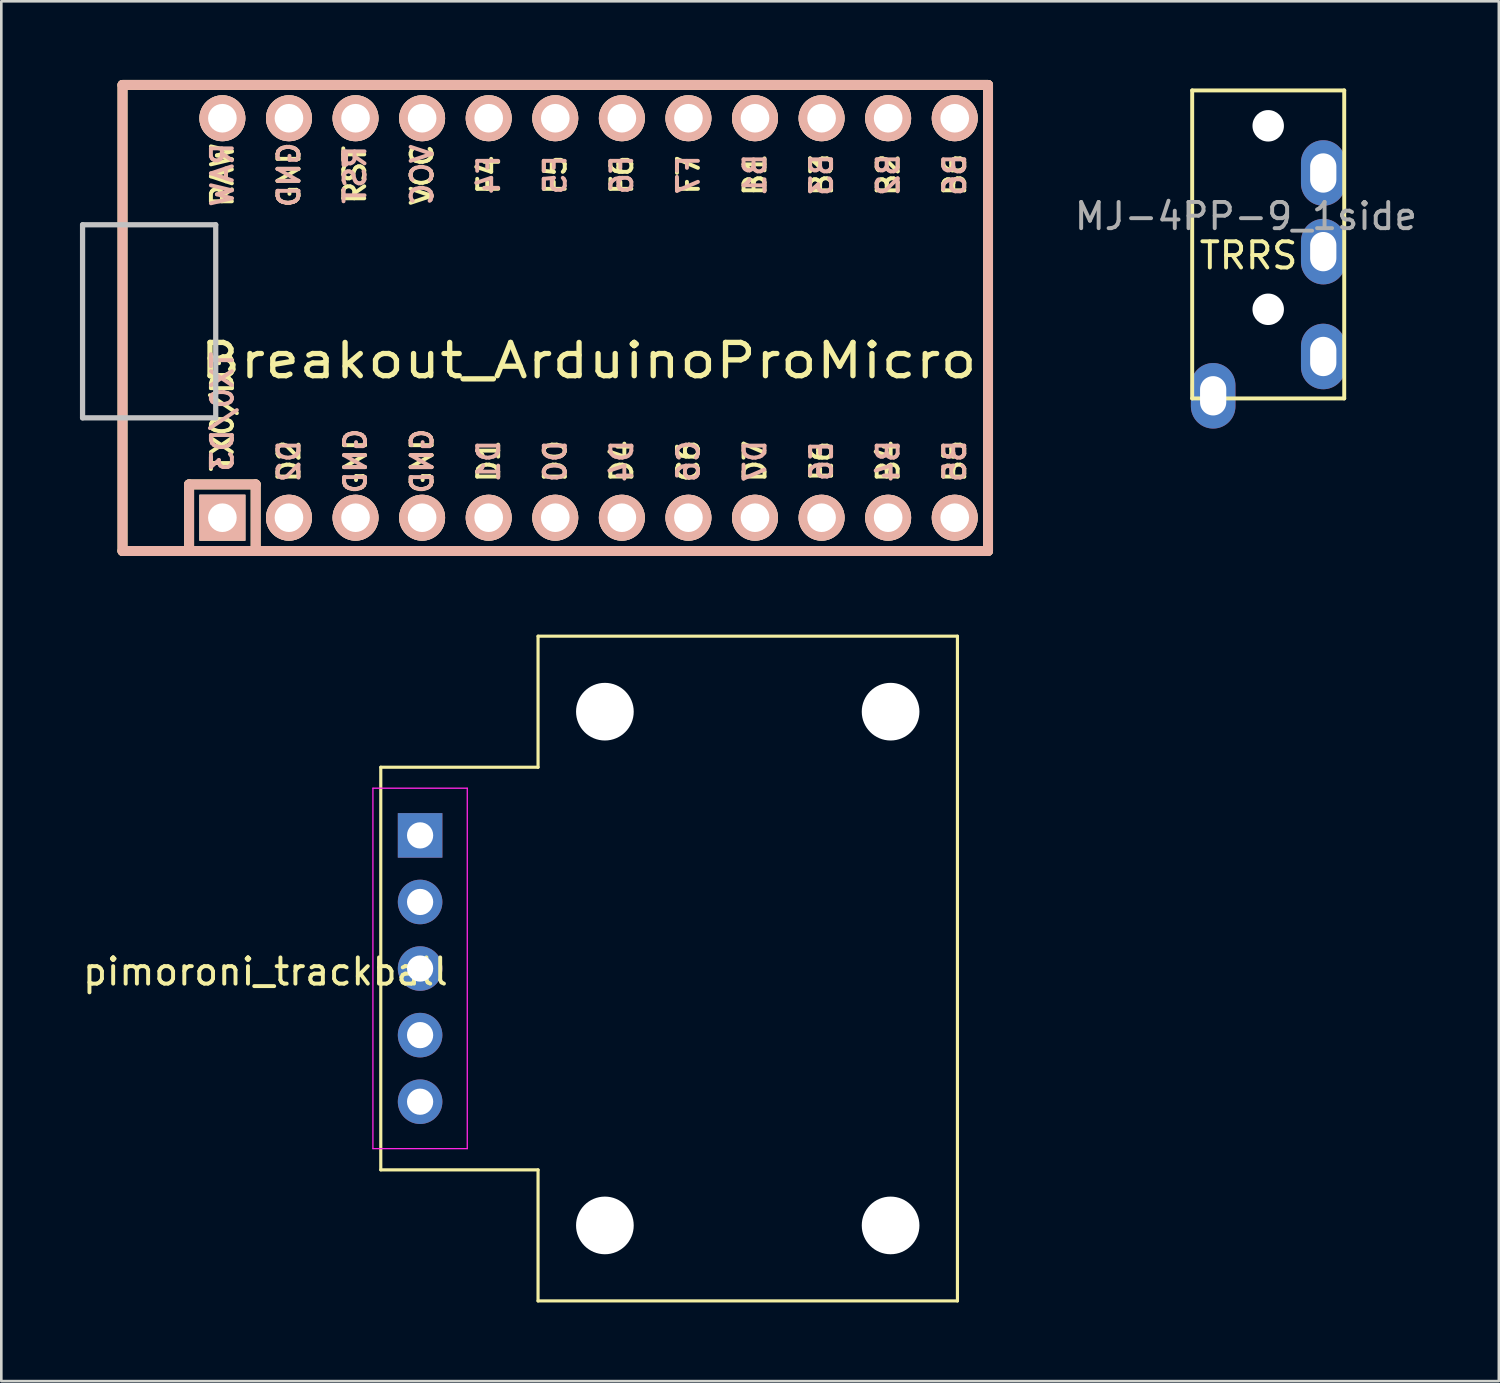
<source format=kicad_pcb>
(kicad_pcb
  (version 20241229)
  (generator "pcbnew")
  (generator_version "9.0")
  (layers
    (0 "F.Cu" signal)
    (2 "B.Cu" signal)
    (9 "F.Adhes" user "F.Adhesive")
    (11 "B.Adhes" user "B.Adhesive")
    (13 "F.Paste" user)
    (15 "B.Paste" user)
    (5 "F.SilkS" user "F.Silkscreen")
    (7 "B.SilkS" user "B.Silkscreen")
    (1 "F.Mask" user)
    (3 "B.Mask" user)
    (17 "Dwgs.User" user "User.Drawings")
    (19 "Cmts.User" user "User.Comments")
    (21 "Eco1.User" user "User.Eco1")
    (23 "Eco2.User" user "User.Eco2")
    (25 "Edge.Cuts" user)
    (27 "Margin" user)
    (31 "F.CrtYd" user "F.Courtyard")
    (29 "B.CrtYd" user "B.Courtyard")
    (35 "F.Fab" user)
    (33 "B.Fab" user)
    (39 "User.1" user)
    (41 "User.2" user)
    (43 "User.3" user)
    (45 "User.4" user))
  (footprint "pimoroni_trackball"
    (layer "F.Cu")
    (at 25.477 33.901)
    (property "Reference" "pimoroni_trackball" (at -18.4 0.12 0) (layer "F.SilkS") (effects (font (size 1 1) (thickness 0.15))))
    (attr through_hole)
    (fp_line (start -14 -7.68) (end -14 7.68) (stroke (width 0.12) (type solid)) (layer "F.SilkS"))
    (fp_line (start -14 -7.68) (end -8 -7.68) (stroke (width 0.12) (type solid)) (layer "F.SilkS"))
    (fp_line (start -14 7.68) (end -8 7.68) (stroke (width 0.12) (type solid)) (layer "F.SilkS"))
    (fp_line (start -8 -12.68) (end 8 -12.68) (stroke (width 0.12) (type solid)) (layer "F.SilkS"))
    (fp_line (start -8 -7.68) (end -8 -12.68) (stroke (width 0.12) (type solid)) (layer "F.SilkS"))
    (fp_line (start -8 7.68) (end -8 12.68) (stroke (width 0.12) (type solid)) (layer "F.SilkS"))
    (fp_line (start 8 12.68) (end -8 12.68) (stroke (width 0.12) (type solid)) (layer "F.SilkS"))
    (fp_line (start 8 12.68) (end 8 -12.68) (stroke (width 0.12) (type solid)) (layer "F.SilkS"))
    (fp_line (start -14.3 -6.88) (end -14.3 6.87) (stroke (width 0.05) (type solid)) (layer "F.CrtYd"))
    (fp_line (start -14.3 6.87) (end -10.7 6.87) (stroke (width 0.05) (type solid)) (layer "F.CrtYd"))
    (fp_line (start -10.7 -6.88) (end -14.3 -6.88) (stroke (width 0.05) (type solid)) (layer "F.CrtYd"))
    (fp_line (start -10.7 6.87) (end -10.7 -6.88) (stroke (width 0.05) (type solid)) (layer "F.CrtYd"))
    (pad "" np_thru_hole circle (at -5.45 -9.8 180) (size 2.2 2.2) (drill 2.2) (layers "*.Cu" "*.Mask"))
    (pad "" np_thru_hole circle (at -5.45 9.8) (size 2.2 2.2) (drill 2.2) (layers "*.Cu" "*.Mask"))
    (pad "" np_thru_hole circle (at 5.45 -9.8 180) (size 2.2 2.2) (drill 2.2) (layers "*.Cu" "*.Mask"))
    (pad "" np_thru_hole circle (at 5.45 9.8) (size 2.2 2.2) (drill 2.2) (layers "*.Cu" "*.Mask"))
    (pad "1" thru_hole rect (at -12.5 -5.08) (size 1.7 1.7) (drill 1) (layers "*.Cu" "*.Mask"))
    (pad "2" thru_hole oval (at -12.5 -2.54) (size 1.7 1.7) (drill 1) (layers "*.Cu" "*.Mask"))
    (pad "3" thru_hole oval (at -12.5 0) (size 1.7 1.7) (drill 1) (layers "*.Cu" "*.Mask"))
    (pad "4" thru_hole oval (at -12.5 2.54) (size 1.7 1.7) (drill 1) (layers "*.Cu" "*.Mask"))
    (pad "5" thru_hole oval (at -12.5 5.08) (size 1.7 1.7) (drill 1) (layers "*.Cu" "*.Mask")))
  (footprint "MJ-4PP-9_1side"
    (layer "F.Cu")
    (at 45.333 0.25)
    (property "Reference" "MJ-4PP-9_1side" (at -0.85 4.95 0) (layer "F.Fab") (effects (font (size 1 1) (thickness 0.15))))
    (attr through_hole)
    (fp_line (start -2.9 0.15) (end 2.9 0.15) (stroke (width 0.15) (type solid)) (layer "F.SilkS"))
    (fp_line (start -2.9 11.9) (end -2.9 0.15) (stroke (width 0.15) (type solid)) (layer "F.SilkS"))
    (fp_line (start 2.9 0.15) (end 2.9 11.9) (stroke (width 0.15) (type solid)) (layer "F.SilkS"))
    (fp_line (start 2.9 11.9) (end -2.9 11.9) (stroke (width 0.15) (type solid)) (layer "F.SilkS"))
    (fp_text user "TRRS" (at -0.75 6.45 0) (layer "F.SilkS") (effects (font (size 1 1) (thickness 0.15))))
    (pad "" np_thru_hole circle (at 0 1.5) (size 1.2 1.2) (drill 1.2) (layers "*.Cu" "*.Mask"))
    (pad "" np_thru_hole circle (at 0 8.5) (size 1.2 1.2) (drill 1.2) (layers "*.Cu" "*.Mask"))
    (pad "A" thru_hole oval (at -2.1 11.8) (size 1.7 2.5) (drill oval 1 1.5) (layers "*.Cu" "B.Mask"))
    (pad "B" thru_hole oval (at 2.1 3.3) (size 1.7 2.5) (drill oval 1 1.5) (layers "*.Cu" "B.Mask"))
    (pad "C" thru_hole oval (at 2.1 6.3) (size 1.7 2.5) (drill oval 1 1.5) (layers "*.Cu" "B.Mask"))
    (pad "D" thru_hole oval (at 2.1 10.3) (size 1.7 2.5) (drill oval 1 1.5) (layers "*.Cu" "B.Mask")))
  (footprint "Breakout_ArduinoProMicro"
    (layer "F.Cu")
    (at 19.404 9.081)
    (property "Reference" "Breakout_ArduinoProMicro" (at 0 1.625 0) (layer "F.SilkS") (effects (font (size 1.27 1.524) (thickness 0.203))))
    (attr through_hole)
    (fp_line (start -17.78 -8.89) (end -17.78 8.89) (stroke (width 0.381) (type solid)) (layer "F.SilkS"))
    (fp_line (start -17.78 8.89) (end -15.24 8.89) (stroke (width 0.381) (type solid)) (layer "F.SilkS"))
    (fp_line (start -15.24 -8.89) (end -17.78 -8.89) (stroke (width 0.381) (type solid)) (layer "F.SilkS"))
    (fp_line (start -15.24 6.35) (end -15.24 8.89) (stroke (width 0.381) (type solid)) (layer "F.SilkS"))
    (fp_line (start -15.24 6.35) (end -12.7 6.35) (stroke (width 0.381) (type solid)) (layer "F.SilkS"))
    (fp_line (start -15.24 8.89) (end 15.24 8.89) (stroke (width 0.381) (type solid)) (layer "F.SilkS"))
    (fp_line (start -12.7 6.35) (end -12.7 8.89) (stroke (width 0.381) (type solid)) (layer "F.SilkS"))
    (fp_line (start 15.24 -8.89) (end -15.24 -8.89) (stroke (width 0.381) (type solid)) (layer "F.SilkS"))
    (fp_line (start 15.24 8.89) (end 15.24 -8.89) (stroke (width 0.381) (type solid)) (layer "F.SilkS"))
    (fp_line (start -17.78 -8.89) (end -17.78 8.89) (stroke (width 0.381) (type solid)) (layer "B.SilkS"))
    (fp_line (start -17.78 8.89) (end 15.24 8.89) (stroke (width 0.381) (type solid)) (layer "B.SilkS"))
    (fp_line (start -15.24 6.35) (end -15.24 8.89) (stroke (width 0.381) (type solid)) (layer "B.SilkS"))
    (fp_line (start -15.24 6.35) (end -12.7 6.35) (stroke (width 0.381) (type solid)) (layer "B.SilkS"))
    (fp_line (start -12.7 6.35) (end -12.7 8.89) (stroke (width 0.381) (type solid)) (layer "B.SilkS"))
    (fp_line (start 15.24 -8.89) (end -17.78 -8.89) (stroke (width 0.381) (type solid)) (layer "B.SilkS"))
    (fp_line (start 15.24 8.89) (end 15.24 -8.89) (stroke (width 0.381) (type solid)) (layer "B.SilkS"))
    (fp_poly (pts (xy -9.351 -5.845) (xy -9.251 -5.845) (xy -9.251 -6.345) (xy -9.351 -6.345)) (stroke (width 0.15) (type solid)) (fill yes) (layer "B.SilkS"))
    (fp_line (start -19.304 -3.556) (end -14.224 -3.556) (stroke (width 0.2) (type solid)) (layer "Dwgs.User"))
    (fp_line (start -19.304 3.81) (end -19.304 -3.556) (stroke (width 0.2) (type solid)) (layer "Dwgs.User"))
    (fp_line (start -14.224 -3.556) (end -14.224 3.81) (stroke (width 0.2) (type solid)) (layer "Dwgs.User"))
    (fp_line (start -14.224 3.81) (end -19.304 3.81) (stroke (width 0.2) (type solid)) (layer "Dwgs.User"))
    (fp_text user "E6" (at 8.89 5.461 90) (layer "F.SilkS") (effects (font (size 0.8 0.8) (thickness 0.15))))
    (fp_text user "VCC" (at -6.35 -5.461 90) (layer "F.SilkS") (effects (font (size 0.8 0.8) (thickness 0.15))))
    (fp_text user "D0" (at -1.27 5.461 90) (layer "F.SilkS") (effects (font (size 0.8 0.8) (thickness 0.15))))
    (fp_text user "C6" (at 3.81 5.461 90) (layer "F.SilkS") (effects (font (size 0.8 0.8) (thickness 0.15))))
    (fp_text user "GND" (at -6.35 5.461 90) (layer "F.SilkS") (effects (font (size 0.8 0.8) (thickness 0.15))))
    (fp_text user "D2" (at -11.43 5.461 90) (layer "F.SilkS") (effects (font (size 0.8 0.8) (thickness 0.15))))
    (fp_text user "B3" (at 8.89 -5.461 90) (layer "F.SilkS") (effects (font (size 0.8 0.8) (thickness 0.15))))
    (fp_text user "GND" (at -8.89 5.461 90) (layer "F.SilkS") (effects (font (size 0.8 0.8) (thickness 0.15))))
    (fp_text user "B5" (at 13.97 5.461 90) (layer "F.SilkS") (effects (font (size 0.8 0.8) (thickness 0.15))))
    (fp_text user "D1" (at -3.81 5.461 90) (layer "F.SilkS") (effects (font (size 0.8 0.8) (thickness 0.15))))
    (fp_text user "TX0/D3" (at -13.97 3.572 90) (layer "F.SilkS") (effects (font (size 0.8 0.8) (thickness 0.15))))
    (fp_text user "F4" (at -3.81 -5.461 90) (layer "F.SilkS") (effects (font (size 0.8 0.8) (thickness 0.15))))
    (fp_text user "B4" (at 11.43 5.461 90) (layer "F.SilkS") (effects (font (size 0.8 0.8) (thickness 0.15))))
    (fp_text user "D7" (at 6.35 5.461 90) (layer "F.SilkS") (effects (font (size 0.8 0.8) (thickness 0.15))))
    (fp_text user "F5" (at -1.27 -5.461 90) (layer "F.SilkS") (effects (font (size 0.8 0.8) (thickness 0.15))))
    (fp_text user "GND" (at -11.43 -5.461 90) (layer "F.SilkS") (effects (font (size 0.8 0.8) (thickness 0.15))))
    (fp_text user "B2" (at 11.43 -5.461 90) (layer "F.SilkS") (effects (font (size 0.8 0.8) (thickness 0.15))))
    (fp_text user "B6" (at 13.97 -5.461 90) (layer "F.SilkS") (effects (font (size 0.8 0.8) (thickness 0.15))))
    (fp_text user "RST" (at -8.92 -5.461 90) (layer "F.SilkS") (effects (font (size 0.8 0.8) (thickness 0.15))))
    (fp_text user "F6" (at 1.27 -5.461 90) (layer "F.SilkS") (effects (font (size 0.8 0.8) (thickness 0.15))))
    (fp_text user "B1" (at 6.35 -5.461 90) (layer "F.SilkS") (effects (font (size 0.8 0.8) (thickness 0.15))))
    (fp_text user "RAW" (at -13.97 -5.461 90) (layer "F.SilkS") (effects (font (size 0.8 0.8) (thickness 0.15))))
    (fp_text user "D4" (at 1.27 5.461 90) (layer "F.SilkS") (effects (font (size 0.8 0.8) (thickness 0.15))))
    (fp_text user "F7" (at 3.81 -5.461 90) (layer "F.SilkS") (effects (font (size 0.8 0.8) (thickness 0.15))))
    (fp_text user "B2" (at 11.43 -5.461 90) (layer "B.SilkS") (effects (font (size 0.8 0.8) (thickness 0.15)) (justify mirror)))
    (fp_text user "GND" (at -8.89 5.461 90) (layer "B.SilkS") (effects (font (size 0.8 0.8) (thickness 0.15)) (justify mirror)))
    (fp_text user "RST" (at -8.91 -5.461 90) (layer "B.SilkS") (effects (font (size 0.8 0.8) (thickness 0.15)) (justify mirror)))
    (fp_text user "E6" (at 8.89 5.461 90) (layer "B.SilkS") (effects (font (size 0.8 0.8) (thickness 0.15)) (justify mirror)))
    (fp_text user "B6" (at 13.97 -5.461 90) (layer "B.SilkS") (effects (font (size 0.8 0.8) (thickness 0.15)) (justify mirror)))
    (fp_text user "F6" (at 1.27 -5.461 90) (layer "B.SilkS") (effects (font (size 0.8 0.8) (thickness 0.15)) (justify mirror)))
    (fp_text user "B3" (at 8.89 -5.461 90) (layer "B.SilkS") (effects (font (size 0.8 0.8) (thickness 0.15)) (justify mirror)))
    (fp_text user "VCC" (at -6.35 -5.461 90) (layer "B.SilkS") (effects (font (size 0.8 0.8) (thickness 0.15)) (justify mirror)))
    (fp_text user "D2" (at -11.43 5.461 90) (layer "B.SilkS") (effects (font (size 0.8 0.8) (thickness 0.15)) (justify mirror)))
    (fp_text user "B1" (at 6.35 -5.461 90) (layer "B.SilkS") (effects (font (size 0.8 0.8) (thickness 0.15)) (justify mirror)))
    (fp_text user "F5" (at -1.27 -5.461 90) (layer "B.SilkS") (effects (font (size 0.8 0.8) (thickness 0.15)) (justify mirror)))
    (fp_text user "D4" (at 1.27 5.461 90) (layer "B.SilkS") (effects (font (size 0.8 0.8) (thickness 0.15)) (justify mirror)))
    (fp_text user "C6" (at 3.81 5.461 90) (layer "B.SilkS") (effects (font (size 0.8 0.8) (thickness 0.15)) (justify mirror)))
    (fp_text user "TX0/D3" (at -13.97 3.572 90) (layer "B.SilkS") (effects (font (size 0.8 0.8) (thickness 0.15)) (justify mirror)))
    (fp_text user "B5" (at 13.97 5.461 90) (layer "B.SilkS") (effects (font (size 0.8 0.8) (thickness 0.15)) (justify mirror)))
    (fp_text user "RAW" (at -13.97 -5.461 90) (layer "B.SilkS") (effects (font (size 0.8 0.8) (thickness 0.15)) (justify mirror)))
    (fp_text user "D1" (at -3.81 5.461 90) (layer "B.SilkS") (effects (font (size 0.8 0.8) (thickness 0.15)) (justify mirror)))
    (fp_text user "F4" (at -3.81 -5.461 90) (layer "B.SilkS") (effects (font (size 0.8 0.8) (thickness 0.15)) (justify mirror)))
    (fp_text user "D0" (at -1.27 5.461 90) (layer "B.SilkS") (effects (font (size 0.8 0.8) (thickness 0.15)) (justify mirror)))
    (fp_text user "GND" (at -11.43 -5.461 90) (layer "B.SilkS") (effects (font (size 0.8 0.8) (thickness 0.15)) (justify mirror)))
    (fp_text user "F7" (at 3.81 -5.461 90) (layer "B.SilkS") (effects (font (size 0.8 0.8) (thickness 0.15)) (justify mirror)))
    (fp_text user "GND" (at -6.35 5.461 90) (layer "B.SilkS") (effects (font (size 0.8 0.8) (thickness 0.15)) (justify mirror)))
    (fp_text user "D7" (at 6.35 5.461 90) (layer "B.SilkS") (effects (font (size 0.8 0.8) (thickness 0.15)) (justify mirror)))
    (fp_text user "B4" (at 11.43 5.461 90) (layer "B.SilkS") (effects (font (size 0.8 0.8) (thickness 0.15)) (justify mirror)))
    (pad "1" thru_hole rect (at -13.97 7.62) (size 1.753 1.753) (drill 1.092) (layers "*.Cu" "*.SilkS" "*.Mask"))
    (pad "2" thru_hole circle (at -11.43 7.62) (size 1.753 1.753) (drill 1.092) (layers "*.Cu" "*.SilkS" "*.Mask"))
    (pad "3" thru_hole circle (at -8.89 7.62) (size 1.753 1.753) (drill 1.092) (layers "*.Cu" "*.SilkS" "*.Mask"))
    (pad "4" thru_hole circle (at -6.35 7.62) (size 1.753 1.753) (drill 1.092) (layers "*.Cu" "*.SilkS" "*.Mask"))
    (pad "5" thru_hole circle (at -3.81 7.62) (size 1.753 1.753) (drill 1.092) (layers "*.Cu" "*.SilkS" "*.Mask"))
    (pad "6" thru_hole circle (at -1.27 7.62) (size 1.753 1.753) (drill 1.092) (layers "*.Cu" "*.SilkS" "*.Mask"))
    (pad "7" thru_hole circle (at 1.27 7.62) (size 1.753 1.753) (drill 1.092) (layers "*.Cu" "*.SilkS" "*.Mask"))
    (pad "8" thru_hole circle (at 3.81 7.62) (size 1.753 1.753) (drill 1.092) (layers "*.Cu" "*.SilkS" "*.Mask"))
    (pad "9" thru_hole circle (at 6.35 7.62) (size 1.753 1.753) (drill 1.092) (layers "*.Cu" "*.SilkS" "*.Mask"))
    (pad "10" thru_hole circle (at 8.89 7.62) (size 1.753 1.753) (drill 1.092) (layers "*.Cu" "*.SilkS" "*.Mask"))
    (pad "11" thru_hole circle (at 11.43 7.62) (size 1.753 1.753) (drill 1.092) (layers "*.Cu" "*.SilkS" "*.Mask"))
    (pad "12" thru_hole circle (at 13.97 7.62) (size 1.753 1.753) (drill 1.092) (layers "*.Cu" "*.SilkS" "*.Mask"))
    (pad "13" thru_hole circle (at 13.97 -7.62) (size 1.753 1.753) (drill 1.092) (layers "*.Cu" "*.SilkS" "*.Mask"))
    (pad "14" thru_hole circle (at 11.43 -7.62) (size 1.753 1.753) (drill 1.092) (layers "*.Cu" "*.SilkS" "*.Mask"))
    (pad "15" thru_hole circle (at 8.89 -7.62) (size 1.753 1.753) (drill 1.092) (layers "*.Cu" "*.SilkS" "*.Mask"))
    (pad "16" thru_hole circle (at 6.35 -7.62) (size 1.753 1.753) (drill 1.092) (layers "*.Cu" "*.SilkS" "*.Mask"))
    (pad "17" thru_hole circle (at 3.81 -7.62) (size 1.753 1.753) (drill 1.092) (layers "*.Cu" "*.SilkS" "*.Mask"))
    (pad "18" thru_hole circle (at 1.27 -7.62) (size 1.753 1.753) (drill 1.092) (layers "*.Cu" "*.SilkS" "*.Mask"))
    (pad "19" thru_hole circle (at -1.27 -7.62) (size 1.753 1.753) (drill 1.092) (layers "*.Cu" "*.SilkS" "*.Mask"))
    (pad "20" thru_hole circle (at -3.81 -7.62) (size 1.753 1.753) (drill 1.092) (layers "*.Cu" "*.SilkS" "*.Mask"))
    (pad "21" thru_hole circle (at -6.35 -7.62) (size 1.753 1.753) (drill 1.092) (layers "*.Cu" "*.SilkS" "*.Mask"))
    (pad "22" thru_hole circle (at -8.89 -7.62) (size 1.753 1.753) (drill 1.092) (layers "*.Cu" "*.SilkS" "*.Mask"))
    (pad "23" thru_hole circle (at -11.43 -7.62) (size 1.753 1.753) (drill 1.092) (layers "*.Cu" "*.SilkS" "*.Mask"))
    (pad "24" thru_hole circle (at -13.97 -7.62) (size 1.753 1.753) (drill 1.092) (layers "*.Cu" "*.SilkS" "*.Mask")))
  (gr_rect
    (start -3 -3)
    (end 54.132 49.641)
    (stroke (width 0.1) (type default))
    (fill no)
    (layer "Edge.Cuts")))
</source>
